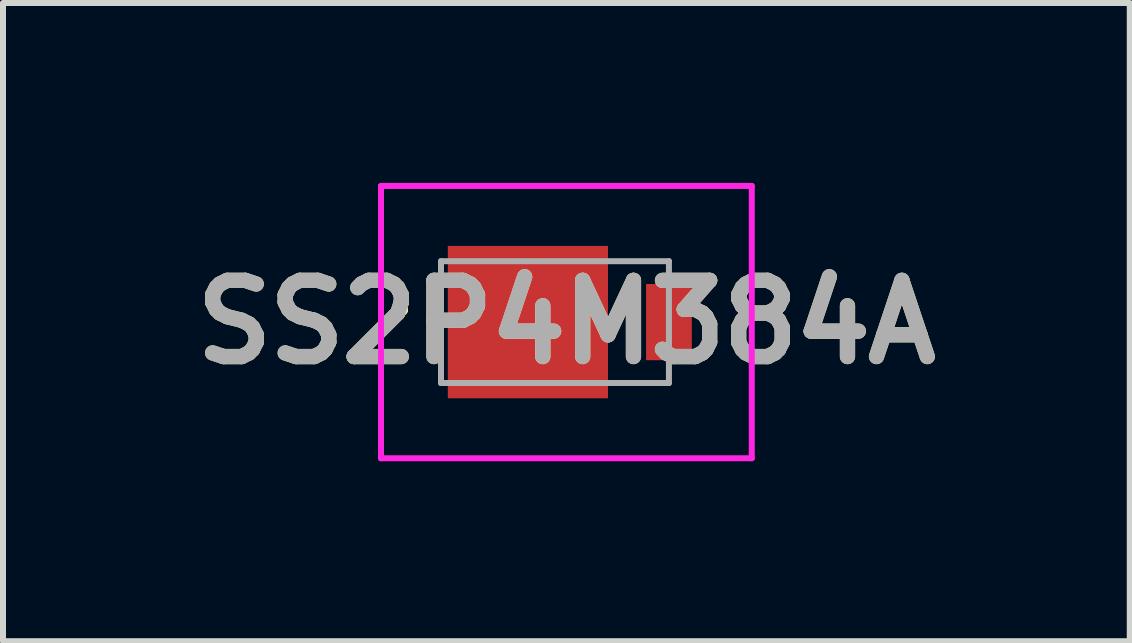
<source format=kicad_pcb>
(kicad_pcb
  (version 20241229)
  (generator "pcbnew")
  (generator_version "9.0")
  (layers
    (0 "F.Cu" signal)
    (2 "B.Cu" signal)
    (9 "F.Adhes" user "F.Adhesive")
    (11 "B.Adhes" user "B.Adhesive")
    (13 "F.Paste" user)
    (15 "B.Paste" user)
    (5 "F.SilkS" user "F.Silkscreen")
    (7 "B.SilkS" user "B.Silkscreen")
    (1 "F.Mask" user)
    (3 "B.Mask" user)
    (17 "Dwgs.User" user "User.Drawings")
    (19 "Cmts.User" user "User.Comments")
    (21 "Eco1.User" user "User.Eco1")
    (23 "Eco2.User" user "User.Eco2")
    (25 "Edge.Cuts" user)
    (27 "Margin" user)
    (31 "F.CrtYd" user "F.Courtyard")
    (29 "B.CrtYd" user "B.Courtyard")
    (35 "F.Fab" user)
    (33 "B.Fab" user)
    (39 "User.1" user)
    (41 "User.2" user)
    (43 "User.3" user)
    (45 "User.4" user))
  (footprint "SS2P4M384A"
    (layer "F.Cu")
    (at 6.402 2.32)
    (property "Reference" "SS2P4M384A" (at -0.01 0 0) (layer "F.SilkS") (effects (font (size 1.27 1.27) (thickness 0.254))))
    (attr smd)
    (fp_line (start -2.8 -0.2) (end -2.8 -0.2) (stroke (width 0.1) (type solid)) (layer "F.SilkS"))
    (fp_line (start -2.7 -0.2) (end -2.7 -0.2) (stroke (width 0.1) (type solid)) (layer "F.SilkS"))
    (fp_arc (start -2.8 -0.2) (mid -2.75 -0.25) (end -2.7 -0.2) (stroke (width 0.1) (type solid)) (layer "F.SilkS"))
    (fp_arc (start -2.7 -0.2) (mid -2.75 -0.15) (end -2.8 -0.2) (stroke (width 0.1) (type solid)) (layer "F.SilkS"))
    (fp_line (start -3.1 -2.27) (end 3.081 -2.27) (stroke (width 0.1) (type solid)) (layer "F.CrtYd"))
    (fp_line (start -3.1 2.27) (end -3.1 -2.27) (stroke (width 0.1) (type solid)) (layer "F.CrtYd"))
    (fp_line (start 3.081 -2.27) (end 3.081 2.27) (stroke (width 0.1) (type solid)) (layer "F.CrtYd"))
    (fp_line (start 3.081 2.27) (end -3.1 2.27) (stroke (width 0.1) (type solid)) (layer "F.CrtYd"))
    (fp_line (start -2.1 -1.015) (end 1.7 -1.015) (stroke (width 0.1) (type solid)) (layer "F.Fab"))
    (fp_line (start -2.1 1.015) (end -2.1 -1.015) (stroke (width 0.1) (type solid)) (layer "F.Fab"))
    (fp_line (start 1.7 -1.015) (end 1.7 1.015) (stroke (width 0.1) (type solid)) (layer "F.Fab"))
    (fp_line (start 1.7 1.015) (end -2.1 1.015) (stroke (width 0.1) (type solid)) (layer "F.Fab"))
    (fp_text user "${REFERENCE}" (at -0.01 0 0) (layer "F.Fab") (effects (font (size 1.27 1.27) (thickness 0.254))))
    (pad "1" smd rect (at -0.651 0 90) (size 2.54 2.67) (layers "F.Cu" "F.Mask" "F.Paste"))
    (pad "2" smd rect (at 1.7 0) (size 0.762 1.27) (layers "F.Cu" "F.Mask" "F.Paste")))
  (gr_rect
    (start -3 -3)
    (end 15.785 7.64)
    (stroke (width 0.1) (type default))
    (fill no)
    (layer "Edge.Cuts")))
</source>
